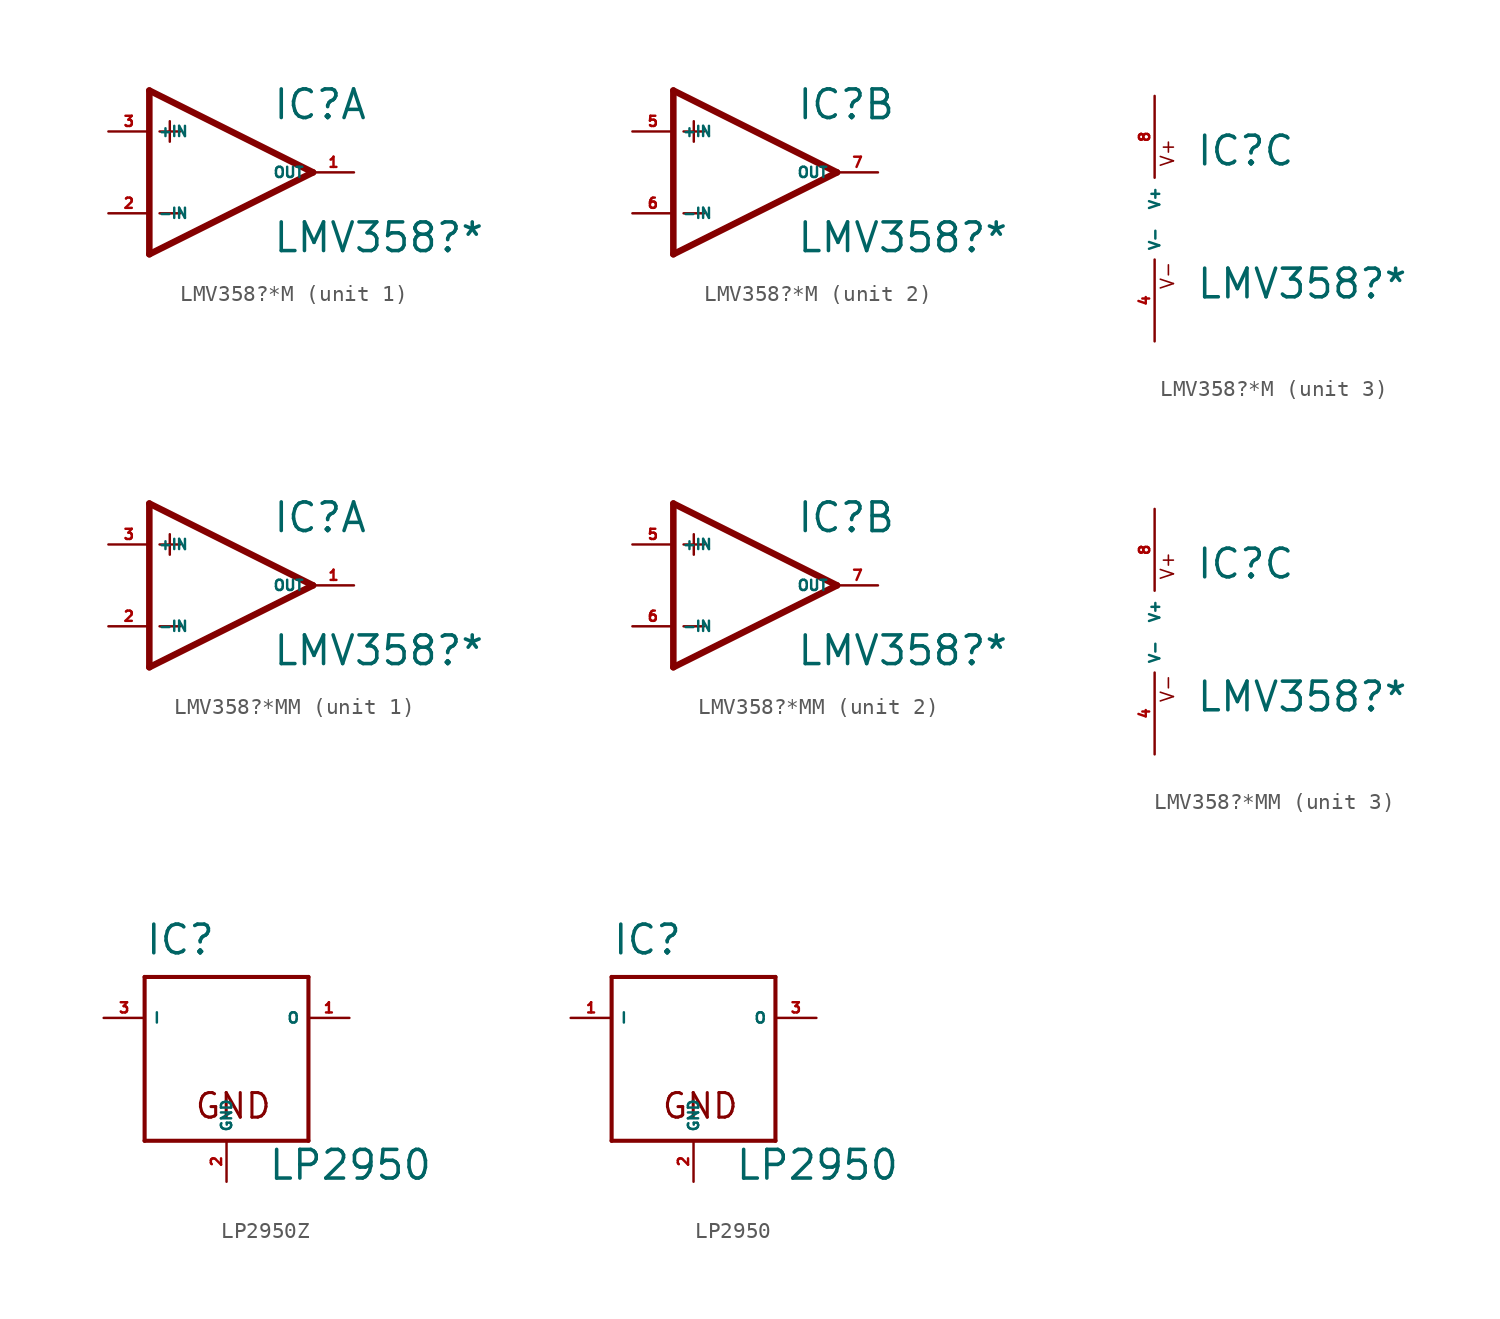
<source format=kicad_sym>
(kicad_symbol_lib
  (version 20220914)
  (generator Eagle2Kicad)
  (symbol "LMV358?*M"
    (property "Reference" "IC"
      (at 2.54 3.175 0)
      (effects (font (size 1.778 1.778) (thickness 0.22)) (justify left bottom)))
    (property "Value" "LMV358?*"
      (at 2.54 -5.08 0)
      (effects (font (size 1.778 1.778) (thickness 0.22)) (justify left bottom)))
    (symbol "LMV358?*M_1_0"
      (polyline (pts (xy -5.08 5.08) (xy -5.08 -5.08)) (stroke (width 0.406) (type default)) (fill (type none)))
      (polyline (pts (xy -5.08 -5.08) (xy 5.08 0)) (stroke (width 0.406) (type default)) (fill (type none)))
      (polyline (pts (xy 5.08 0) (xy -5.08 5.08)) (stroke (width 0.406) (type default)) (fill (type none)))
      (polyline (pts (xy -3.81 3.175) (xy -3.81 1.905)) (stroke (width 0.152) (type default)) (fill (type none)))
      (polyline (pts (xy -4.445 2.54) (xy -3.175 2.54)) (stroke (width 0.152) (type default)) (fill (type none)))
      (polyline (pts (xy -4.445 -2.54) (xy -3.175 -2.54)) (stroke (width 0.152) (type default)) (fill (type none)))
      (pin input line (at -7.62 -2.54 0) (length 2.54) (name "-IN" (effects (font (size 0.635 0.635) (thickness 0.08)) (justify left bottom))) (number "2" (effects (font (size 0.635 0.635) (thickness 0.08)) (justify left bottom))))
      (pin input line (at -7.62 2.54 0) (length 2.54) (name "+IN" (effects (font (size 0.635 0.635) (thickness 0.08)) (justify left bottom))) (number "3" (effects (font (size 0.635 0.635) (thickness 0.08)) (justify left bottom))))
      (pin output line (at 7.62 0 180) (length 2.54) (name "OUT" (effects (font (size 0.635 0.635) (thickness 0.08)) (justify left bottom))) (number "1" (effects (font (size 0.635 0.635) (thickness 0.08)) (justify left bottom)))))
    (symbol "LMV358?*M_2_0"
      (polyline (pts (xy -5.08 5.08) (xy -5.08 -5.08)) (stroke (width 0.406) (type default)) (fill (type none)))
      (polyline (pts (xy -5.08 -5.08) (xy 5.08 0)) (stroke (width 0.406) (type default)) (fill (type none)))
      (polyline (pts (xy 5.08 0) (xy -5.08 5.08)) (stroke (width 0.406) (type default)) (fill (type none)))
      (polyline (pts (xy -3.81 3.175) (xy -3.81 1.905)) (stroke (width 0.152) (type default)) (fill (type none)))
      (polyline (pts (xy -4.445 2.54) (xy -3.175 2.54)) (stroke (width 0.152) (type default)) (fill (type none)))
      (polyline (pts (xy -4.445 -2.54) (xy -3.175 -2.54)) (stroke (width 0.152) (type default)) (fill (type none)))
      (pin input line (at -7.62 -2.54 0) (length 2.54) (name "-IN" (effects (font (size 0.635 0.635) (thickness 0.08)) (justify left bottom))) (number "6" (effects (font (size 0.635 0.635) (thickness 0.08)) (justify left bottom))))
      (pin input line (at -7.62 2.54 0) (length 2.54) (name "+IN" (effects (font (size 0.635 0.635) (thickness 0.08)) (justify left bottom))) (number "5" (effects (font (size 0.635 0.635) (thickness 0.08)) (justify left bottom))))
      (pin output line (at 7.62 0 180) (length 2.54) (name "OUT" (effects (font (size 0.635 0.635) (thickness 0.08)) (justify left bottom))) (number "7" (effects (font (size 0.635 0.635) (thickness 0.08)) (justify left bottom)))))
    (symbol "LMV358?*M_3_0"
      (text "V+" (at 1.27 3.175 900) (effects (font (size 0.813 0.813) (thickness 0.10)) (justify left bottom)))
      (text "V-" (at 1.27 -4.445 900) (effects (font (size 0.813 0.813) (thickness 0.10)) (justify left bottom)))
      (pin unspecified line (at 0 7.62 270) (length 5.08) (name "V+" (effects (font (size 0.635 0.635) (thickness 0.08)) (justify left bottom))) (number "8" (effects (font (size 0.635 0.635) (thickness 0.08)) (justify left bottom))))
      (pin unspecified line (at 0 -7.62 90) (length 5.08) (name "V-" (effects (font (size 0.635 0.635) (thickness 0.08)) (justify left bottom))) (number "4" (effects (font (size 0.635 0.635) (thickness 0.08)) (justify left bottom))))))
  (symbol "LMV358?*MM"
    (property "Reference" "IC"
      (at 2.54 3.175 0)
      (effects (font (size 1.778 1.778) (thickness 0.22)) (justify left bottom)))
    (property "Value" "LMV358?*"
      (at 2.54 -5.08 0)
      (effects (font (size 1.778 1.778) (thickness 0.22)) (justify left bottom)))
    (symbol "LMV358?*MM_1_0"
      (polyline (pts (xy -5.08 5.08) (xy -5.08 -5.08)) (stroke (width 0.406) (type default)) (fill (type none)))
      (polyline (pts (xy -5.08 -5.08) (xy 5.08 0)) (stroke (width 0.406) (type default)) (fill (type none)))
      (polyline (pts (xy 5.08 0) (xy -5.08 5.08)) (stroke (width 0.406) (type default)) (fill (type none)))
      (polyline (pts (xy -3.81 3.175) (xy -3.81 1.905)) (stroke (width 0.152) (type default)) (fill (type none)))
      (polyline (pts (xy -4.445 2.54) (xy -3.175 2.54)) (stroke (width 0.152) (type default)) (fill (type none)))
      (polyline (pts (xy -4.445 -2.54) (xy -3.175 -2.54)) (stroke (width 0.152) (type default)) (fill (type none)))
      (pin input line (at -7.62 -2.54 0) (length 2.54) (name "-IN" (effects (font (size 0.635 0.635) (thickness 0.08)) (justify left bottom))) (number "2" (effects (font (size 0.635 0.635) (thickness 0.08)) (justify left bottom))))
      (pin input line (at -7.62 2.54 0) (length 2.54) (name "+IN" (effects (font (size 0.635 0.635) (thickness 0.08)) (justify left bottom))) (number "3" (effects (font (size 0.635 0.635) (thickness 0.08)) (justify left bottom))))
      (pin output line (at 7.62 0 180) (length 2.54) (name "OUT" (effects (font (size 0.635 0.635) (thickness 0.08)) (justify left bottom))) (number "1" (effects (font (size 0.635 0.635) (thickness 0.08)) (justify left bottom)))))
    (symbol "LMV358?*MM_2_0"
      (polyline (pts (xy -5.08 5.08) (xy -5.08 -5.08)) (stroke (width 0.406) (type default)) (fill (type none)))
      (polyline (pts (xy -5.08 -5.08) (xy 5.08 0)) (stroke (width 0.406) (type default)) (fill (type none)))
      (polyline (pts (xy 5.08 0) (xy -5.08 5.08)) (stroke (width 0.406) (type default)) (fill (type none)))
      (polyline (pts (xy -3.81 3.175) (xy -3.81 1.905)) (stroke (width 0.152) (type default)) (fill (type none)))
      (polyline (pts (xy -4.445 2.54) (xy -3.175 2.54)) (stroke (width 0.152) (type default)) (fill (type none)))
      (polyline (pts (xy -4.445 -2.54) (xy -3.175 -2.54)) (stroke (width 0.152) (type default)) (fill (type none)))
      (pin input line (at -7.62 -2.54 0) (length 2.54) (name "-IN" (effects (font (size 0.635 0.635) (thickness 0.08)) (justify left bottom))) (number "6" (effects (font (size 0.635 0.635) (thickness 0.08)) (justify left bottom))))
      (pin input line (at -7.62 2.54 0) (length 2.54) (name "+IN" (effects (font (size 0.635 0.635) (thickness 0.08)) (justify left bottom))) (number "5" (effects (font (size 0.635 0.635) (thickness 0.08)) (justify left bottom))))
      (pin output line (at 7.62 0 180) (length 2.54) (name "OUT" (effects (font (size 0.635 0.635) (thickness 0.08)) (justify left bottom))) (number "7" (effects (font (size 0.635 0.635) (thickness 0.08)) (justify left bottom)))))
    (symbol "LMV358?*MM_3_0"
      (text "V+" (at 1.27 3.175 900) (effects (font (size 0.813 0.813) (thickness 0.10)) (justify left bottom)))
      (text "V-" (at 1.27 -4.445 900) (effects (font (size 0.813 0.813) (thickness 0.10)) (justify left bottom)))
      (pin unspecified line (at 0 7.62 270) (length 5.08) (name "V+" (effects (font (size 0.635 0.635) (thickness 0.08)) (justify left bottom))) (number "8" (effects (font (size 0.635 0.635) (thickness 0.08)) (justify left bottom))))
      (pin unspecified line (at 0 -7.62 90) (length 5.08) (name "V-" (effects (font (size 0.635 0.635) (thickness 0.08)) (justify left bottom))) (number "4" (effects (font (size 0.635 0.635) (thickness 0.08)) (justify left bottom))))))
  (symbol "LP2950Z"
    (property "Reference" "IC"
      (at -5.08 6.35 0)
      (effects (font (size 1.778 1.778) (thickness 0.22)) (justify left bottom)))
    (property "Value" "LP2950"
      (at 2.54 -7.62 0)
      (effects (font (size 1.778 1.778) (thickness 0.22)) (justify left bottom)))
    (polyline
      (pts (xy -5.08 5.08) (xy 5.08 5.08))
      (stroke (width 0.254) (type default))
      (fill (type none)))
    (polyline
      (pts (xy 5.08 5.08) (xy 5.08 -5.08))
      (stroke (width 0.254) (type default))
      (fill (type none)))
    (polyline
      (pts (xy 5.08 -5.08) (xy -5.08 -5.08))
      (stroke (width 0.254) (type default))
      (fill (type none)))
    (polyline
      (pts (xy -5.08 -5.08) (xy -5.08 5.08))
      (stroke (width 0.254) (type default))
      (fill (type none)))
    (text "GND"
      (at -2.032 -3.81 0)
      (effects (font (size 1.524 1.524) (thickness 0.19)) (justify left bottom)))
    (pin input line
      (at -7.62 2.54 0)
      (length 2.54)
      (name "I" (effects (font (size 0.635 0.635) (thickness 0.08)) (justify left bottom)))
      (number "3" (effects (font (size 0.635 0.635) (thickness 0.08)) (justify left bottom))))
    (pin input line
      (at 7.62 2.54 180)
      (length 2.54)
      (name "O" (effects (font (size 0.635 0.635) (thickness 0.08)) (justify left bottom)))
      (number "1" (effects (font (size 0.635 0.635) (thickness 0.08)) (justify left bottom))))
    (pin unspecified line
      (at 0 -7.62 90)
      (length 2.54)
      (name "GND" (effects (font (size 0.635 0.635) (thickness 0.08)) (justify left bottom)))
      (number "2" (effects (font (size 0.635 0.635) (thickness 0.08)) (justify left bottom)))))
  (symbol "LP2950"
    (property "Reference" "IC"
      (at -5.08 6.35 0)
      (effects (font (size 1.778 1.778) (thickness 0.22)) (justify left bottom)))
    (property "Value" "LP2950"
      (at 2.54 -7.62 0)
      (effects (font (size 1.778 1.778) (thickness 0.22)) (justify left bottom)))
    (polyline
      (pts (xy -5.08 5.08) (xy 5.08 5.08))
      (stroke (width 0.254) (type default))
      (fill (type none)))
    (polyline
      (pts (xy 5.08 5.08) (xy 5.08 -5.08))
      (stroke (width 0.254) (type default))
      (fill (type none)))
    (polyline
      (pts (xy 5.08 -5.08) (xy -5.08 -5.08))
      (stroke (width 0.254) (type default))
      (fill (type none)))
    (polyline
      (pts (xy -5.08 -5.08) (xy -5.08 5.08))
      (stroke (width 0.254) (type default))
      (fill (type none)))
    (text "GND"
      (at -2.032 -3.81 0)
      (effects (font (size 1.524 1.524) (thickness 0.19)) (justify left bottom)))
    (pin input line
      (at -7.62 2.54 0)
      (length 2.54)
      (name "I" (effects (font (size 0.635 0.635) (thickness 0.08)) (justify left bottom)))
      (number "1" (effects (font (size 0.635 0.635) (thickness 0.08)) (justify left bottom))))
    (pin input line
      (at 7.62 2.54 180)
      (length 2.54)
      (name "O" (effects (font (size 0.635 0.635) (thickness 0.08)) (justify left bottom)))
      (number "3" (effects (font (size 0.635 0.635) (thickness 0.08)) (justify left bottom))))
    (pin unspecified line
      (at 0 -7.62 90)
      (length 2.54)
      (name "GND" (effects (font (size 0.635 0.635) (thickness 0.08)) (justify left bottom)))
      (number "2" (effects (font (size 0.635 0.635) (thickness 0.08)) (justify left bottom))))))
</source>
